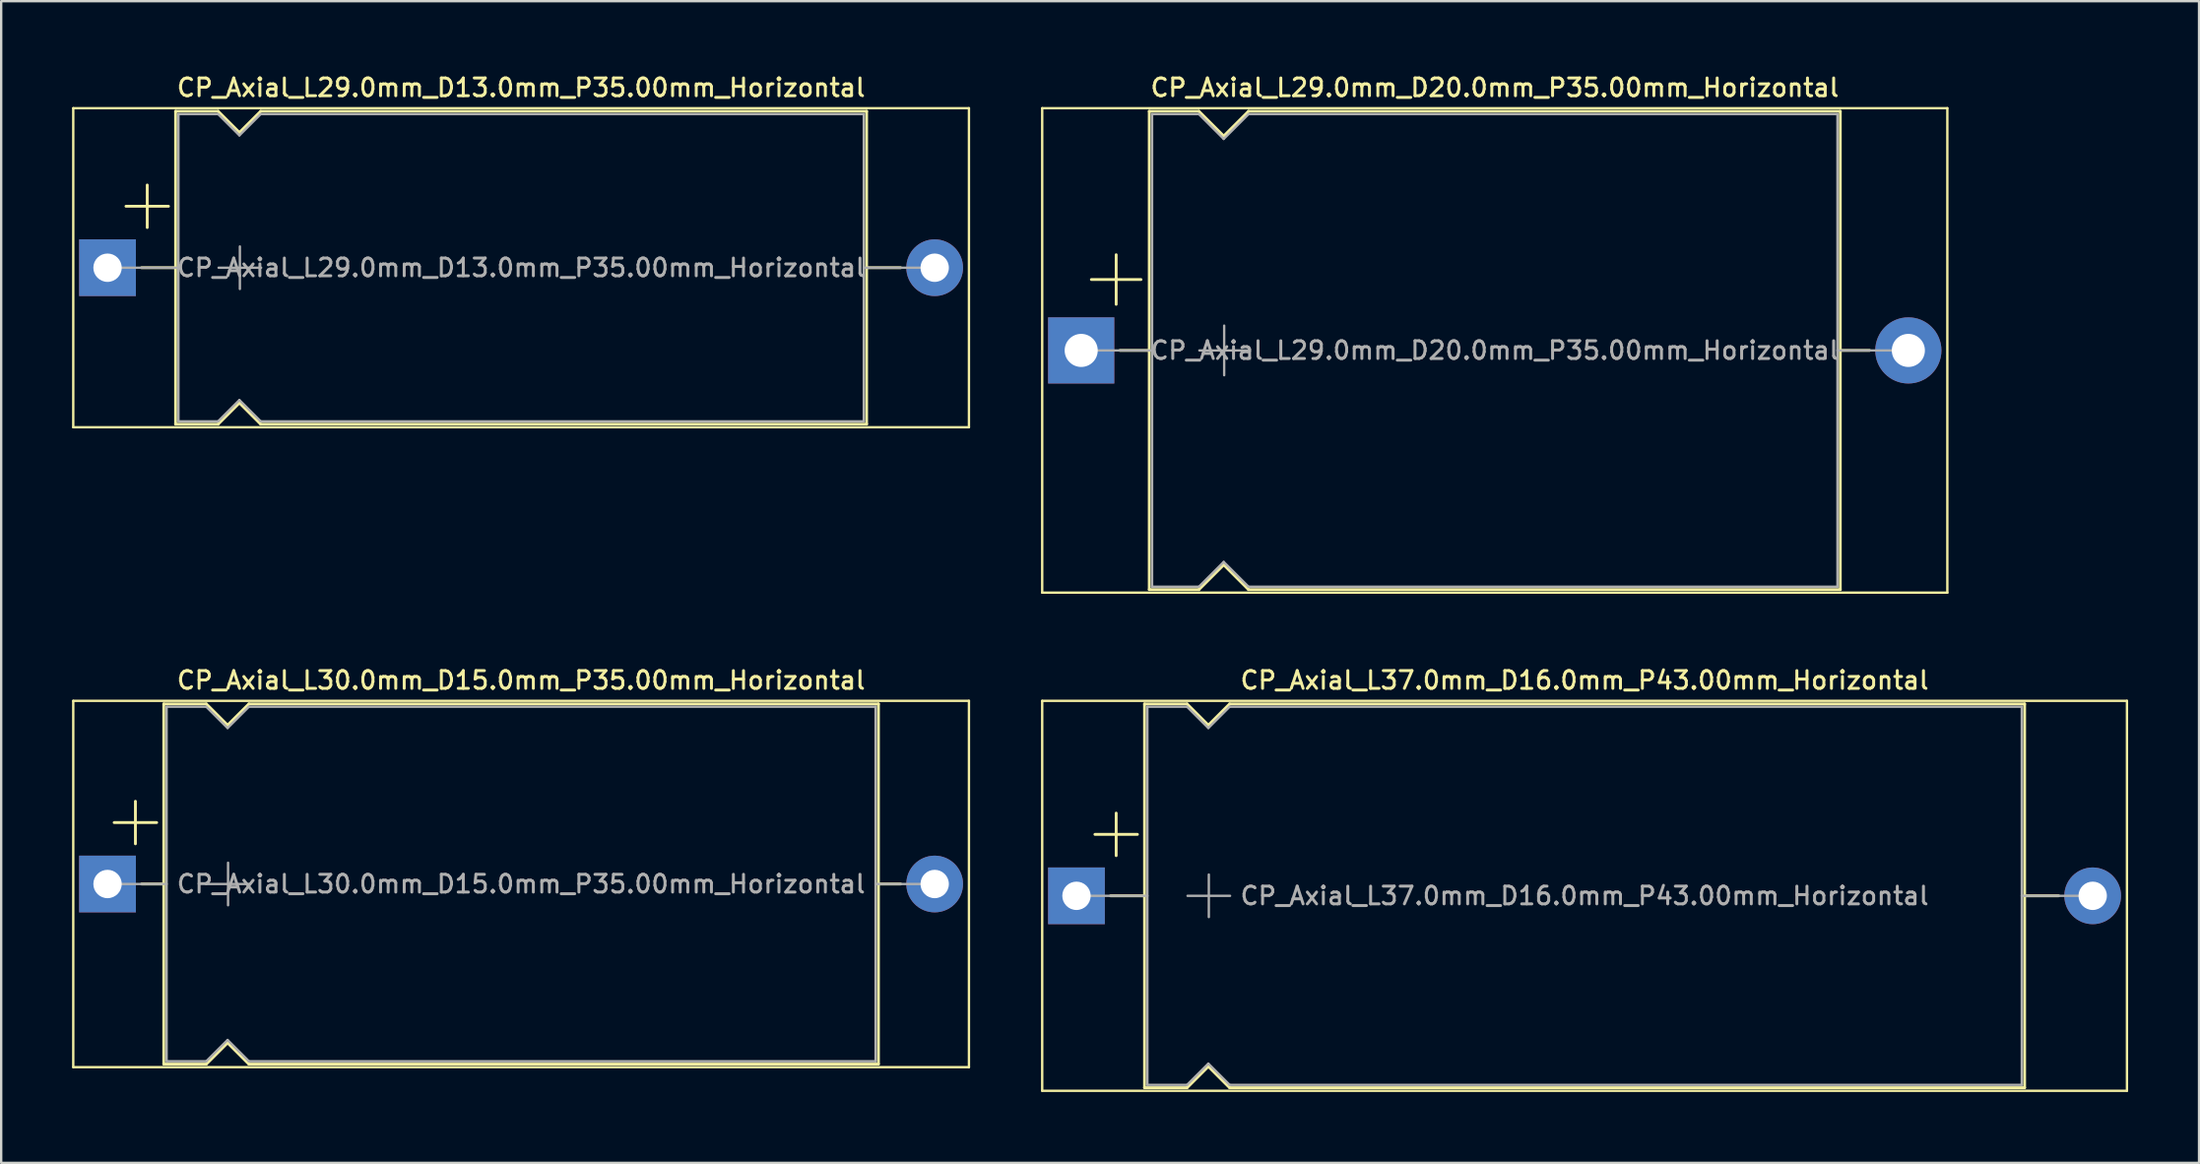
<source format=kicad_pcb>
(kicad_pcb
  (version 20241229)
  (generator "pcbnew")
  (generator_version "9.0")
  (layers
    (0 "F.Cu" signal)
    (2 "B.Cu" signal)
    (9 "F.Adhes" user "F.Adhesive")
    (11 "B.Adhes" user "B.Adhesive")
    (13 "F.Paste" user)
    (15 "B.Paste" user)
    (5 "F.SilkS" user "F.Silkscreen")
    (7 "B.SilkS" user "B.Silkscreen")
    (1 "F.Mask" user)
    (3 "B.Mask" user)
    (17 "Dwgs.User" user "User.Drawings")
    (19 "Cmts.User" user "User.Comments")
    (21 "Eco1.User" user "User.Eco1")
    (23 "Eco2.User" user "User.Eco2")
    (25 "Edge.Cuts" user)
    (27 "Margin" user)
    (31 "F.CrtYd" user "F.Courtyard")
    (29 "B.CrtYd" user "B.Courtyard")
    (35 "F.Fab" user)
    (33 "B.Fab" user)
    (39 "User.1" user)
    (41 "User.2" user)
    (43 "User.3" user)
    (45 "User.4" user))
  (footprint "CP_Axial_L29.0mm_D13.0mm_P35.00mm_Horizontal"
    (layer "F.Cu")
    (at 1.5 8.278)
    (property "Reference" "CP_Axial_L29.0mm_D13.0mm_P35.00mm_Horizontal" (at 17.5 -7.62 0) (layer "F.SilkS") (effects (font (size 0.75 0.75) (thickness 0.125))))
    (attr through_hole)
    (fp_line (start -1.45 -6.75) (end -1.45 6.75) (stroke (width 0.1) (type solid)) (layer "F.SilkS"))
    (fp_line (start -1.45 6.75) (end 36.45 6.75) (stroke (width 0.1) (type solid)) (layer "F.SilkS"))
    (fp_line (start 0.78 -2.6) (end 2.58 -2.6) (stroke (width 0.12) (type solid)) (layer "F.SilkS"))
    (fp_line (start 1.44 0) (end 2.88 0) (stroke (width 0.12) (type solid)) (layer "F.SilkS"))
    (fp_line (start 1.68 -3.5) (end 1.68 -1.7) (stroke (width 0.12) (type solid)) (layer "F.SilkS"))
    (fp_line (start 2.88 -6.62) (end 2.88 6.62) (stroke (width 0.12) (type solid)) (layer "F.SilkS"))
    (fp_line (start 2.88 -6.62) (end 4.68 -6.62) (stroke (width 0.12) (type solid)) (layer "F.SilkS"))
    (fp_line (start 2.88 6.62) (end 4.68 6.62) (stroke (width 0.12) (type solid)) (layer "F.SilkS"))
    (fp_line (start 4.68 -6.62) (end 5.58 -5.72) (stroke (width 0.12) (type solid)) (layer "F.SilkS"))
    (fp_line (start 4.68 6.62) (end 5.58 5.72) (stroke (width 0.12) (type solid)) (layer "F.SilkS"))
    (fp_line (start 5.58 -5.72) (end 6.48 -6.62) (stroke (width 0.12) (type solid)) (layer "F.SilkS"))
    (fp_line (start 5.58 5.72) (end 6.48 6.62) (stroke (width 0.12) (type solid)) (layer "F.SilkS"))
    (fp_line (start 6.48 -6.62) (end 32.12 -6.62) (stroke (width 0.12) (type solid)) (layer "F.SilkS"))
    (fp_line (start 6.48 6.62) (end 32.12 6.62) (stroke (width 0.12) (type solid)) (layer "F.SilkS"))
    (fp_line (start 32.12 -6.62) (end 32.12 6.62) (stroke (width 0.12) (type solid)) (layer "F.SilkS"))
    (fp_line (start 33.56 0) (end 32.12 0) (stroke (width 0.12) (type solid)) (layer "F.SilkS"))
    (fp_line (start 36.45 -6.75) (end -1.45 -6.75) (stroke (width 0.1) (type solid)) (layer "F.SilkS"))
    (fp_line (start 36.45 6.75) (end 36.45 -6.75) (stroke (width 0.1) (type solid)) (layer "F.SilkS"))
    (fp_line (start 0 0) (end 3 0) (stroke (width 0.1) (type solid)) (layer "F.Fab"))
    (fp_line (start 3 -6.5) (end 3 6.5) (stroke (width 0.1) (type solid)) (layer "F.Fab"))
    (fp_line (start 3 -6.5) (end 4.68 -6.5) (stroke (width 0.1) (type solid)) (layer "F.Fab"))
    (fp_line (start 3 6.5) (end 4.68 6.5) (stroke (width 0.1) (type solid)) (layer "F.Fab"))
    (fp_line (start 4.68 -6.5) (end 5.58 -5.6) (stroke (width 0.1) (type solid)) (layer "F.Fab"))
    (fp_line (start 4.68 6.5) (end 5.58 5.6) (stroke (width 0.1) (type solid)) (layer "F.Fab"))
    (fp_line (start 4.7 0) (end 6.5 0) (stroke (width 0.1) (type solid)) (layer "F.Fab"))
    (fp_line (start 5.58 -5.6) (end 6.48 -6.5) (stroke (width 0.1) (type solid)) (layer "F.Fab"))
    (fp_line (start 5.58 5.6) (end 6.48 6.5) (stroke (width 0.1) (type solid)) (layer "F.Fab"))
    (fp_line (start 5.6 -0.9) (end 5.6 0.9) (stroke (width 0.1) (type solid)) (layer "F.Fab"))
    (fp_line (start 6.48 -6.5) (end 32 -6.5) (stroke (width 0.1) (type solid)) (layer "F.Fab"))
    (fp_line (start 6.48 6.5) (end 32 6.5) (stroke (width 0.1) (type solid)) (layer "F.Fab"))
    (fp_line (start 32 -6.5) (end 32 6.5) (stroke (width 0.1) (type solid)) (layer "F.Fab"))
    (fp_line (start 35 0) (end 32 0) (stroke (width 0.1) (type solid)) (layer "F.Fab"))
    (fp_text user "${REFERENCE}" (at 17.5 0 0) (layer "F.Fab") (effects (font (size 0.75 0.75) (thickness 0.125))))
    (pad "1" thru_hole rect (at 0 0) (size 2.4 2.4) (drill 1.2) (layers "*.Cu" "*.Mask"))
    (pad "2" thru_hole oval (at 35 0) (size 2.4 2.4) (drill 1.2) (layers "*.Cu" "*.Mask")))
  (footprint "CP_Axial_L37.0mm_D16.0mm_P43.00mm_Horizontal"
    (layer "F.Cu")
    (at 42.5 34.856)
    (property "Reference" "CP_Axial_L37.0mm_D16.0mm_P43.00mm_Horizontal" (at 21.5 -9.12 0) (layer "F.SilkS") (effects (font (size 0.75 0.75) (thickness 0.125))))
    (attr through_hole)
    (fp_line (start -1.45 -8.25) (end -1.45 8.25) (stroke (width 0.1) (type solid)) (layer "F.SilkS"))
    (fp_line (start -1.45 8.25) (end 44.45 8.25) (stroke (width 0.1) (type solid)) (layer "F.SilkS"))
    (fp_line (start 0.78 -2.6) (end 2.58 -2.6) (stroke (width 0.12) (type solid)) (layer "F.SilkS"))
    (fp_line (start 1.44 0) (end 2.88 0) (stroke (width 0.12) (type solid)) (layer "F.SilkS"))
    (fp_line (start 1.68 -3.5) (end 1.68 -1.7) (stroke (width 0.12) (type solid)) (layer "F.SilkS"))
    (fp_line (start 2.88 -8.12) (end 2.88 8.12) (stroke (width 0.12) (type solid)) (layer "F.SilkS"))
    (fp_line (start 2.88 -8.12) (end 4.68 -8.12) (stroke (width 0.12) (type solid)) (layer "F.SilkS"))
    (fp_line (start 2.88 8.12) (end 4.68 8.12) (stroke (width 0.12) (type solid)) (layer "F.SilkS"))
    (fp_line (start 4.68 -8.12) (end 5.58 -7.22) (stroke (width 0.12) (type solid)) (layer "F.SilkS"))
    (fp_line (start 4.68 8.12) (end 5.58 7.22) (stroke (width 0.12) (type solid)) (layer "F.SilkS"))
    (fp_line (start 5.58 -7.22) (end 6.48 -8.12) (stroke (width 0.12) (type solid)) (layer "F.SilkS"))
    (fp_line (start 5.58 7.22) (end 6.48 8.12) (stroke (width 0.12) (type solid)) (layer "F.SilkS"))
    (fp_line (start 6.48 -8.12) (end 40.12 -8.12) (stroke (width 0.12) (type solid)) (layer "F.SilkS"))
    (fp_line (start 6.48 8.12) (end 40.12 8.12) (stroke (width 0.12) (type solid)) (layer "F.SilkS"))
    (fp_line (start 40.12 -8.12) (end 40.12 8.12) (stroke (width 0.12) (type solid)) (layer "F.SilkS"))
    (fp_line (start 41.56 0) (end 40.12 0) (stroke (width 0.12) (type solid)) (layer "F.SilkS"))
    (fp_line (start 44.45 -8.25) (end -1.45 -8.25) (stroke (width 0.1) (type solid)) (layer "F.SilkS"))
    (fp_line (start 44.45 8.25) (end 44.45 -8.25) (stroke (width 0.1) (type solid)) (layer "F.SilkS"))
    (fp_line (start 0 0) (end 3 0) (stroke (width 0.1) (type solid)) (layer "F.Fab"))
    (fp_line (start 3 -8) (end 3 8) (stroke (width 0.1) (type solid)) (layer "F.Fab"))
    (fp_line (start 3 -8) (end 4.68 -8) (stroke (width 0.1) (type solid)) (layer "F.Fab"))
    (fp_line (start 3 8) (end 4.68 8) (stroke (width 0.1) (type solid)) (layer "F.Fab"))
    (fp_line (start 4.68 -8) (end 5.58 -7.1) (stroke (width 0.1) (type solid)) (layer "F.Fab"))
    (fp_line (start 4.68 8) (end 5.58 7.1) (stroke (width 0.1) (type solid)) (layer "F.Fab"))
    (fp_line (start 4.7 0) (end 6.5 0) (stroke (width 0.1) (type solid)) (layer "F.Fab"))
    (fp_line (start 5.58 -7.1) (end 6.48 -8) (stroke (width 0.1) (type solid)) (layer "F.Fab"))
    (fp_line (start 5.58 7.1) (end 6.48 8) (stroke (width 0.1) (type solid)) (layer "F.Fab"))
    (fp_line (start 5.6 -0.9) (end 5.6 0.9) (stroke (width 0.1) (type solid)) (layer "F.Fab"))
    (fp_line (start 6.48 -8) (end 40 -8) (stroke (width 0.1) (type solid)) (layer "F.Fab"))
    (fp_line (start 6.48 8) (end 40 8) (stroke (width 0.1) (type solid)) (layer "F.Fab"))
    (fp_line (start 40 -8) (end 40 8) (stroke (width 0.1) (type solid)) (layer "F.Fab"))
    (fp_line (start 43 0) (end 40 0) (stroke (width 0.1) (type solid)) (layer "F.Fab"))
    (fp_text user "${REFERENCE}" (at 21.5 0 0) (layer "F.Fab") (effects (font (size 0.75 0.75) (thickness 0.125))))
    (pad "1" thru_hole rect (at 0 0) (size 2.4 2.4) (drill 1.2) (layers "*.Cu" "*.Mask"))
    (pad "2" thru_hole oval (at 43 0) (size 2.4 2.4) (drill 1.2) (layers "*.Cu" "*.Mask")))
  (footprint "CP_Axial_L29.0mm_D20.0mm_P35.00mm_Horizontal"
    (layer "F.Cu")
    (at 42.7 11.778)
    (property "Reference" "CP_Axial_L29.0mm_D20.0mm_P35.00mm_Horizontal" (at 17.5 -11.12 0) (layer "F.SilkS") (effects (font (size 0.75 0.75) (thickness 0.125))))
    (attr through_hole)
    (fp_line (start -1.65 -10.25) (end -1.65 10.25) (stroke (width 0.1) (type solid)) (layer "F.SilkS"))
    (fp_line (start -1.65 10.25) (end 36.65 10.25) (stroke (width 0.1) (type solid)) (layer "F.SilkS"))
    (fp_line (start 0.43 -3) (end 2.53 -3) (stroke (width 0.12) (type solid)) (layer "F.SilkS"))
    (fp_line (start 1.48 -4.05) (end 1.48 -1.95) (stroke (width 0.12) (type solid)) (layer "F.SilkS"))
    (fp_line (start 1.64 0) (end 2.88 0) (stroke (width 0.12) (type solid)) (layer "F.SilkS"))
    (fp_line (start 2.88 -10.12) (end 2.88 10.12) (stroke (width 0.12) (type solid)) (layer "F.SilkS"))
    (fp_line (start 2.88 -10.12) (end 4.98 -10.12) (stroke (width 0.12) (type solid)) (layer "F.SilkS"))
    (fp_line (start 2.88 10.12) (end 4.98 10.12) (stroke (width 0.12) (type solid)) (layer "F.SilkS"))
    (fp_line (start 4.98 -10.12) (end 6.03 -9.07) (stroke (width 0.12) (type solid)) (layer "F.SilkS"))
    (fp_line (start 4.98 10.12) (end 6.03 9.07) (stroke (width 0.12) (type solid)) (layer "F.SilkS"))
    (fp_line (start 6.03 -9.07) (end 7.08 -10.12) (stroke (width 0.12) (type solid)) (layer "F.SilkS"))
    (fp_line (start 6.03 9.07) (end 7.08 10.12) (stroke (width 0.12) (type solid)) (layer "F.SilkS"))
    (fp_line (start 7.08 -10.12) (end 32.12 -10.12) (stroke (width 0.12) (type solid)) (layer "F.SilkS"))
    (fp_line (start 7.08 10.12) (end 32.12 10.12) (stroke (width 0.12) (type solid)) (layer "F.SilkS"))
    (fp_line (start 32.12 -10.12) (end 32.12 10.12) (stroke (width 0.12) (type solid)) (layer "F.SilkS"))
    (fp_line (start 33.36 0) (end 32.12 0) (stroke (width 0.12) (type solid)) (layer "F.SilkS"))
    (fp_line (start 36.65 -10.25) (end -1.65 -10.25) (stroke (width 0.1) (type solid)) (layer "F.SilkS"))
    (fp_line (start 36.65 10.25) (end 36.65 -10.25) (stroke (width 0.1) (type solid)) (layer "F.SilkS"))
    (fp_line (start 0 0) (end 3 0) (stroke (width 0.1) (type solid)) (layer "F.Fab"))
    (fp_line (start 3 -10) (end 3 10) (stroke (width 0.1) (type solid)) (layer "F.Fab"))
    (fp_line (start 3 -10) (end 4.98 -10) (stroke (width 0.1) (type solid)) (layer "F.Fab"))
    (fp_line (start 3 10) (end 4.98 10) (stroke (width 0.1) (type solid)) (layer "F.Fab"))
    (fp_line (start 4.98 -10) (end 6.03 -8.95) (stroke (width 0.1) (type solid)) (layer "F.Fab"))
    (fp_line (start 4.98 10) (end 6.03 8.95) (stroke (width 0.1) (type solid)) (layer "F.Fab"))
    (fp_line (start 5 0) (end 7.1 0) (stroke (width 0.1) (type solid)) (layer "F.Fab"))
    (fp_line (start 6.03 -8.95) (end 7.08 -10) (stroke (width 0.1) (type solid)) (layer "F.Fab"))
    (fp_line (start 6.03 8.95) (end 7.08 10) (stroke (width 0.1) (type solid)) (layer "F.Fab"))
    (fp_line (start 6.05 -1.05) (end 6.05 1.05) (stroke (width 0.1) (type solid)) (layer "F.Fab"))
    (fp_line (start 7.08 -10) (end 32 -10) (stroke (width 0.1) (type solid)) (layer "F.Fab"))
    (fp_line (start 7.08 10) (end 32 10) (stroke (width 0.1) (type solid)) (layer "F.Fab"))
    (fp_line (start 32 -10) (end 32 10) (stroke (width 0.1) (type solid)) (layer "F.Fab"))
    (fp_line (start 35 0) (end 32 0) (stroke (width 0.1) (type solid)) (layer "F.Fab"))
    (fp_text user "${REFERENCE}" (at 17.5 0 0) (layer "F.Fab") (effects (font (size 0.75 0.75) (thickness 0.125))))
    (pad "1" thru_hole rect (at 0 0) (size 2.8 2.8) (drill 1.4) (layers "*.Cu" "*.Mask"))
    (pad "2" thru_hole oval (at 35 0) (size 2.8 2.8) (drill 1.4) (layers "*.Cu" "*.Mask")))
  (footprint "CP_Axial_L30.0mm_D15.0mm_P35.00mm_Horizontal"
    (layer "F.Cu")
    (at 1.5 34.356)
    (property "Reference" "CP_Axial_L30.0mm_D15.0mm_P35.00mm_Horizontal" (at 17.5 -8.62 0) (layer "F.SilkS") (effects (font (size 0.75 0.75) (thickness 0.125))))
    (attr through_hole)
    (fp_line (start -1.45 -7.75) (end -1.45 7.75) (stroke (width 0.1) (type solid)) (layer "F.SilkS"))
    (fp_line (start -1.45 7.75) (end 36.45 7.75) (stroke (width 0.1) (type solid)) (layer "F.SilkS"))
    (fp_line (start 0.28 -2.6) (end 2.08 -2.6) (stroke (width 0.12) (type solid)) (layer "F.SilkS"))
    (fp_line (start 1.18 -3.5) (end 1.18 -1.7) (stroke (width 0.12) (type solid)) (layer "F.SilkS"))
    (fp_line (start 1.44 0) (end 2.38 0) (stroke (width 0.12) (type solid)) (layer "F.SilkS"))
    (fp_line (start 2.38 -7.62) (end 2.38 7.62) (stroke (width 0.12) (type solid)) (layer "F.SilkS"))
    (fp_line (start 2.38 -7.62) (end 4.18 -7.62) (stroke (width 0.12) (type solid)) (layer "F.SilkS"))
    (fp_line (start 2.38 7.62) (end 4.18 7.62) (stroke (width 0.12) (type solid)) (layer "F.SilkS"))
    (fp_line (start 4.18 -7.62) (end 5.08 -6.72) (stroke (width 0.12) (type solid)) (layer "F.SilkS"))
    (fp_line (start 4.18 7.62) (end 5.08 6.72) (stroke (width 0.12) (type solid)) (layer "F.SilkS"))
    (fp_line (start 5.08 -6.72) (end 5.98 -7.62) (stroke (width 0.12) (type solid)) (layer "F.SilkS"))
    (fp_line (start 5.08 6.72) (end 5.98 7.62) (stroke (width 0.12) (type solid)) (layer "F.SilkS"))
    (fp_line (start 5.98 -7.62) (end 32.62 -7.62) (stroke (width 0.12) (type solid)) (layer "F.SilkS"))
    (fp_line (start 5.98 7.62) (end 32.62 7.62) (stroke (width 0.12) (type solid)) (layer "F.SilkS"))
    (fp_line (start 32.62 -7.62) (end 32.62 7.62) (stroke (width 0.12) (type solid)) (layer "F.SilkS"))
    (fp_line (start 33.56 0) (end 32.62 0) (stroke (width 0.12) (type solid)) (layer "F.SilkS"))
    (fp_line (start 36.45 -7.75) (end -1.45 -7.75) (stroke (width 0.1) (type solid)) (layer "F.SilkS"))
    (fp_line (start 36.45 7.75) (end 36.45 -7.75) (stroke (width 0.1) (type solid)) (layer "F.SilkS"))
    (fp_line (start 0 0) (end 2.5 0) (stroke (width 0.1) (type solid)) (layer "F.Fab"))
    (fp_line (start 2.5 -7.5) (end 2.5 7.5) (stroke (width 0.1) (type solid)) (layer "F.Fab"))
    (fp_line (start 2.5 -7.5) (end 4.18 -7.5) (stroke (width 0.1) (type solid)) (layer "F.Fab"))
    (fp_line (start 2.5 7.5) (end 4.18 7.5) (stroke (width 0.1) (type solid)) (layer "F.Fab"))
    (fp_line (start 4.18 -7.5) (end 5.08 -6.6) (stroke (width 0.1) (type solid)) (layer "F.Fab"))
    (fp_line (start 4.18 7.5) (end 5.08 6.6) (stroke (width 0.1) (type solid)) (layer "F.Fab"))
    (fp_line (start 4.2 0) (end 6 0) (stroke (width 0.1) (type solid)) (layer "F.Fab"))
    (fp_line (start 5.08 -6.6) (end 5.98 -7.5) (stroke (width 0.1) (type solid)) (layer "F.Fab"))
    (fp_line (start 5.08 6.6) (end 5.98 7.5) (stroke (width 0.1) (type solid)) (layer "F.Fab"))
    (fp_line (start 5.1 -0.9) (end 5.1 0.9) (stroke (width 0.1) (type solid)) (layer "F.Fab"))
    (fp_line (start 5.98 -7.5) (end 32.5 -7.5) (stroke (width 0.1) (type solid)) (layer "F.Fab"))
    (fp_line (start 5.98 7.5) (end 32.5 7.5) (stroke (width 0.1) (type solid)) (layer "F.Fab"))
    (fp_line (start 32.5 -7.5) (end 32.5 7.5) (stroke (width 0.1) (type solid)) (layer "F.Fab"))
    (fp_line (start 35 0) (end 32.5 0) (stroke (width 0.1) (type solid)) (layer "F.Fab"))
    (fp_text user "${REFERENCE}" (at 17.5 0 0) (layer "F.Fab") (effects (font (size 0.75 0.75) (thickness 0.125))))
    (pad "1" thru_hole rect (at 0 0) (size 2.4 2.4) (drill 1.2) (layers "*.Cu" "*.Mask"))
    (pad "2" thru_hole oval (at 35 0) (size 2.4 2.4) (drill 1.2) (layers "*.Cu" "*.Mask")))
  (gr_rect
    (start -3 -3)
    (end 90 46.156)
    (stroke (width 0.1) (type default))
    (fill no)
    (layer "Edge.Cuts")))
</source>
